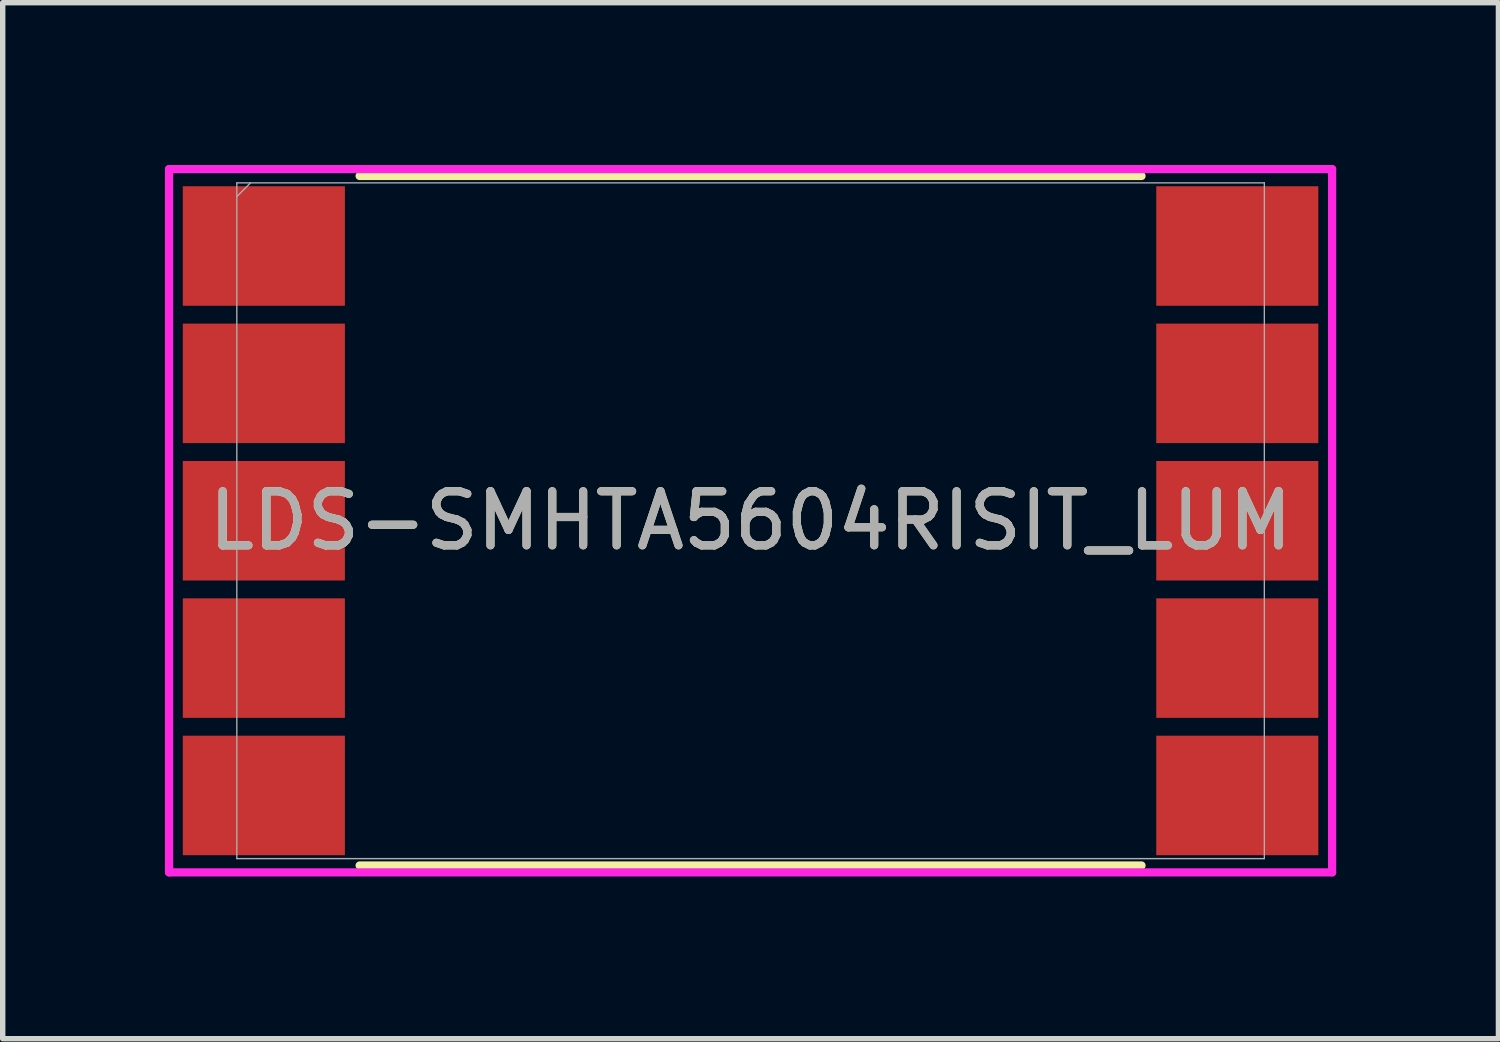
<source format=kicad_pcb>
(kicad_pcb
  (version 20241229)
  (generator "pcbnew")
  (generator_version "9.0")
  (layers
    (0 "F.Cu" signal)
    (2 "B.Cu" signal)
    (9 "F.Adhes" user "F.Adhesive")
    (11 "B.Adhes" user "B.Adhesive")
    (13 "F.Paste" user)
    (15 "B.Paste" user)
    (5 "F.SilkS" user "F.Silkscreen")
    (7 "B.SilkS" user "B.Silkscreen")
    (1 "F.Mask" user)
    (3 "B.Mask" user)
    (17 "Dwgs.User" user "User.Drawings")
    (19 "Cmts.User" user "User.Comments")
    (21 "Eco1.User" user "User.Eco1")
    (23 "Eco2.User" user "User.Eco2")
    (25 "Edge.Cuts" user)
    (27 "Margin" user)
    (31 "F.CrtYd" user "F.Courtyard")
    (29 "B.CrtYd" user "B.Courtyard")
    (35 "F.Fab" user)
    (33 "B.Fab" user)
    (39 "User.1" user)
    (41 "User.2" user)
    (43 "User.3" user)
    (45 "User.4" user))
  (footprint "LDS-SMHTA5604RISIT_LUM"
    (layer "F.Cu")
    (at 10.829 6.579)
    (property "Reference" "LDS-SMHTA5604RISIT_LUM" (at 0 0 0) (unlocked yes) (layer "F.SilkS") (effects (font (size 1 1) (thickness 0.15))))
    (attr smd)
    (fp_line (start -7.229 6.375) (end 7.229 6.375) (stroke (width 0.152) (type solid)) (layer "F.SilkS"))
    (fp_line (start 7.229 -6.375) (end -7.229 -6.375) (stroke (width 0.152) (type solid)) (layer "F.SilkS"))
    (fp_line (start -10.753 -6.502) (end 10.753 -6.502) (stroke (width 0.152) (type solid)) (layer "F.CrtYd"))
    (fp_line (start -10.753 6.502) (end -10.753 -6.502) (stroke (width 0.152) (type solid)) (layer "F.CrtYd"))
    (fp_line (start 10.753 -6.502) (end 10.753 6.502) (stroke (width 0.152) (type solid)) (layer "F.CrtYd"))
    (fp_line (start 10.753 6.502) (end -10.753 6.502) (stroke (width 0.152) (type solid)) (layer "F.CrtYd"))
    (fp_line (start -9.5 -6.248) (end -9.5 6.248) (stroke (width 0.025) (type solid)) (layer "F.Fab"))
    (fp_line (start -9.5 6.248) (end 9.5 6.248) (stroke (width 0.025) (type solid)) (layer "F.Fab"))
    (fp_line (start -9.246 -6.248) (end -9.5 -5.994) (stroke (width 0.025) (type solid)) (layer "F.Fab"))
    (fp_line (start 9.5 -6.248) (end -9.5 -6.248) (stroke (width 0.025) (type solid)) (layer "F.Fab"))
    (fp_line (start 9.5 6.248) (end 9.5 -6.248) (stroke (width 0.025) (type solid)) (layer "F.Fab"))
    (fp_text user "${REFERENCE}" (at 0 0 0) (unlocked yes) (layer "F.Fab") (effects (font (size 1 1) (thickness 0.15))))
    (pad "1" smd rect (at -9 -5.08) (size 2.997 2.21) (layers "F.Cu" "F.Mask" "F.Paste"))
    (pad "2" smd rect (at -9 -2.54) (size 2.997 2.21) (layers "F.Cu" "F.Mask" "F.Paste"))
    (pad "3" smd rect (at -9 0) (size 2.997 2.21) (layers "F.Cu" "F.Mask" "F.Paste"))
    (pad "4" smd rect (at -9 2.54) (size 2.997 2.21) (layers "F.Cu" "F.Mask" "F.Paste"))
    (pad "5" smd rect (at -9 5.08) (size 2.997 2.21) (layers "F.Cu" "F.Mask" "F.Paste"))
    (pad "6" smd rect (at 9 5.08) (size 2.997 2.21) (layers "F.Cu" "F.Mask" "F.Paste"))
    (pad "7" smd rect (at 9 2.54) (size 2.997 2.21) (layers "F.Cu" "F.Mask" "F.Paste"))
    (pad "8" smd rect (at 9 0) (size 2.997 2.21) (layers "F.Cu" "F.Mask" "F.Paste"))
    (pad "9" smd rect (at 9 -2.54) (size 2.997 2.21) (layers "F.Cu" "F.Mask" "F.Paste"))
    (pad "10" smd rect (at 9 -5.08) (size 2.997 2.21) (layers "F.Cu" "F.Mask" "F.Paste")))
  (gr_rect
    (start -3 -3)
    (end 24.658 16.157)
    (stroke (width 0.1) (type default))
    (fill no)
    (layer "Edge.Cuts")))
</source>
